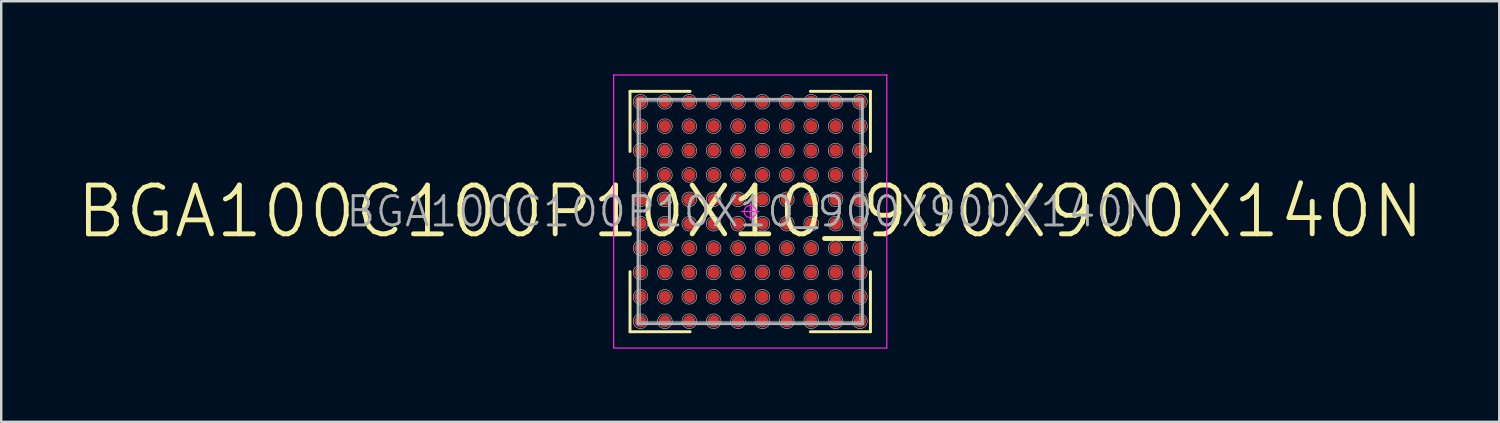
<source format=kicad_pcb>
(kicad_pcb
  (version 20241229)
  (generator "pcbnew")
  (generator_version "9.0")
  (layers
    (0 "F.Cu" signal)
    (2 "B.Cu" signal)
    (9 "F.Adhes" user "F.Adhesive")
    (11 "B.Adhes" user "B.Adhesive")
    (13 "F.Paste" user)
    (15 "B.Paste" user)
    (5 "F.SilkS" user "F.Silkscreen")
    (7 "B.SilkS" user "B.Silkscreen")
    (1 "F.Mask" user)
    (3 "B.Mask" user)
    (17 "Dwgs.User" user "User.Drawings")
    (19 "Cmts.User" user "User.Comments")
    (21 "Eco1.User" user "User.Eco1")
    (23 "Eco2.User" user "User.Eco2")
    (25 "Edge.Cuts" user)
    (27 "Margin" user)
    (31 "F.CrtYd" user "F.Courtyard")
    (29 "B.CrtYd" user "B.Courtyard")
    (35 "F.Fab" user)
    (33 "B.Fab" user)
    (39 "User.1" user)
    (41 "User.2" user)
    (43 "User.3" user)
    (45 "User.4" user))
  (footprint "BGA100C100P10X10_900X900X140N"
    (layer "F.Cu")
    (at 27.719 5.625)
    (property "Reference" "BGA100C100P10X10_900X900X140N" (at 0 0 0) (layer "F.Fab") (effects (font (size 1.2 1.2) (thickness 0.12))))
    (attr smd)
    (fp_line (start -4.93 -4.93) (end -4.93 -2.465) (stroke (width 0.12) (type solid)) (layer "F.SilkS"))
    (fp_line (start -4.93 4.93) (end -4.93 2.465) (stroke (width 0.12) (type solid)) (layer "F.SilkS"))
    (fp_line (start -2.465 -4.93) (end -4.93 -4.93) (stroke (width 0.12) (type solid)) (layer "F.SilkS"))
    (fp_line (start -2.465 4.93) (end -4.93 4.93) (stroke (width 0.12) (type solid)) (layer "F.SilkS"))
    (fp_line (start 2.465 -4.93) (end 4.93 -4.93) (stroke (width 0.12) (type solid)) (layer "F.SilkS"))
    (fp_line (start 2.465 4.93) (end 4.93 4.93) (stroke (width 0.12) (type solid)) (layer "F.SilkS"))
    (fp_line (start 4.93 -4.93) (end 4.93 -2.465) (stroke (width 0.12) (type solid)) (layer "F.SilkS"))
    (fp_line (start 4.93 4.93) (end 4.93 2.465) (stroke (width 0.12) (type solid)) (layer "F.SilkS"))
    (fp_line (start -4.5 -4.5) (end 4.5 -4.5) (stroke (width 0.025) (type solid)) (layer "Dwgs.User"))
    (fp_line (start -4.5 4.5) (end -4.5 -4.5) (stroke (width 0.025) (type solid)) (layer "Dwgs.User"))
    (fp_line (start 4.5 -4.5) (end 4.5 4.5) (stroke (width 0.025) (type solid)) (layer "Dwgs.User"))
    (fp_line (start 4.5 4.5) (end -4.5 4.5) (stroke (width 0.025) (type solid)) (layer "Dwgs.User"))
    (fp_circle (center -4.5 -4.5) (end -4.5 -4.2) (stroke (width 0.025) (type solid)) (fill no) (layer "Dwgs.User"))
    (fp_circle (center -4.5 -3.5) (end -4.5 -3.2) (stroke (width 0.025) (type solid)) (fill no) (layer "Dwgs.User"))
    (fp_circle (center -4.5 -2.5) (end -4.5 -2.2) (stroke (width 0.025) (type solid)) (fill no) (layer "Dwgs.User"))
    (fp_circle (center -4.5 -1.5) (end -4.5 -1.2) (stroke (width 0.025) (type solid)) (fill no) (layer "Dwgs.User"))
    (fp_circle (center -4.5 -0.5) (end -4.5 -0.2) (stroke (width 0.025) (type solid)) (fill no) (layer "Dwgs.User"))
    (fp_circle (center -4.5 0.5) (end -4.5 0.8) (stroke (width 0.025) (type solid)) (fill no) (layer "Dwgs.User"))
    (fp_circle (center -4.5 1.5) (end -4.5 1.8) (stroke (width 0.025) (type solid)) (fill no) (layer "Dwgs.User"))
    (fp_circle (center -4.5 2.5) (end -4.5 2.8) (stroke (width 0.025) (type solid)) (fill no) (layer "Dwgs.User"))
    (fp_circle (center -4.5 3.5) (end -4.5 3.8) (stroke (width 0.025) (type solid)) (fill no) (layer "Dwgs.User"))
    (fp_circle (center -4.5 4.5) (end -4.5 4.8) (stroke (width 0.025) (type solid)) (fill no) (layer "Dwgs.User"))
    (fp_circle (center -3.5 -4.5) (end -3.5 -4.2) (stroke (width 0.025) (type solid)) (fill no) (layer "Dwgs.User"))
    (fp_circle (center -3.5 -3.5) (end -3.5 -3.2) (stroke (width 0.025) (type solid)) (fill no) (layer "Dwgs.User"))
    (fp_circle (center -3.5 -2.5) (end -3.5 -2.2) (stroke (width 0.025) (type solid)) (fill no) (layer "Dwgs.User"))
    (fp_circle (center -3.5 -1.5) (end -3.5 -1.2) (stroke (width 0.025) (type solid)) (fill no) (layer "Dwgs.User"))
    (fp_circle (center -3.5 -0.5) (end -3.5 -0.2) (stroke (width 0.025) (type solid)) (fill no) (layer "Dwgs.User"))
    (fp_circle (center -3.5 0.5) (end -3.5 0.8) (stroke (width 0.025) (type solid)) (fill no) (layer "Dwgs.User"))
    (fp_circle (center -3.5 1.5) (end -3.5 1.8) (stroke (width 0.025) (type solid)) (fill no) (layer "Dwgs.User"))
    (fp_circle (center -3.5 2.5) (end -3.5 2.8) (stroke (width 0.025) (type solid)) (fill no) (layer "Dwgs.User"))
    (fp_circle (center -3.5 3.5) (end -3.5 3.8) (stroke (width 0.025) (type solid)) (fill no) (layer "Dwgs.User"))
    (fp_circle (center -3.5 4.5) (end -3.5 4.8) (stroke (width 0.025) (type solid)) (fill no) (layer "Dwgs.User"))
    (fp_circle (center -2.5 -4.5) (end -2.5 -4.2) (stroke (width 0.025) (type solid)) (fill no) (layer "Dwgs.User"))
    (fp_circle (center -2.5 -3.5) (end -2.5 -3.2) (stroke (width 0.025) (type solid)) (fill no) (layer "Dwgs.User"))
    (fp_circle (center -2.5 -2.5) (end -2.5 -2.2) (stroke (width 0.025) (type solid)) (fill no) (layer "Dwgs.User"))
    (fp_circle (center -2.5 -1.5) (end -2.5 -1.2) (stroke (width 0.025) (type solid)) (fill no) (layer "Dwgs.User"))
    (fp_circle (center -2.5 -0.5) (end -2.5 -0.2) (stroke (width 0.025) (type solid)) (fill no) (layer "Dwgs.User"))
    (fp_circle (center -2.5 0.5) (end -2.5 0.8) (stroke (width 0.025) (type solid)) (fill no) (layer "Dwgs.User"))
    (fp_circle (center -2.5 1.5) (end -2.5 1.8) (stroke (width 0.025) (type solid)) (fill no) (layer "Dwgs.User"))
    (fp_circle (center -2.5 2.5) (end -2.5 2.8) (stroke (width 0.025) (type solid)) (fill no) (layer "Dwgs.User"))
    (fp_circle (center -2.5 3.5) (end -2.5 3.8) (stroke (width 0.025) (type solid)) (fill no) (layer "Dwgs.User"))
    (fp_circle (center -2.5 4.5) (end -2.5 4.8) (stroke (width 0.025) (type solid)) (fill no) (layer "Dwgs.User"))
    (fp_circle (center -1.5 -4.5) (end -1.5 -4.2) (stroke (width 0.025) (type solid)) (fill no) (layer "Dwgs.User"))
    (fp_circle (center -1.5 -3.5) (end -1.5 -3.2) (stroke (width 0.025) (type solid)) (fill no) (layer "Dwgs.User"))
    (fp_circle (center -1.5 -2.5) (end -1.5 -2.2) (stroke (width 0.025) (type solid)) (fill no) (layer "Dwgs.User"))
    (fp_circle (center -1.5 -1.5) (end -1.5 -1.2) (stroke (width 0.025) (type solid)) (fill no) (layer "Dwgs.User"))
    (fp_circle (center -1.5 -0.5) (end -1.5 -0.2) (stroke (width 0.025) (type solid)) (fill no) (layer "Dwgs.User"))
    (fp_circle (center -1.5 0.5) (end -1.5 0.8) (stroke (width 0.025) (type solid)) (fill no) (layer "Dwgs.User"))
    (fp_circle (center -1.5 1.5) (end -1.5 1.8) (stroke (width 0.025) (type solid)) (fill no) (layer "Dwgs.User"))
    (fp_circle (center -1.5 2.5) (end -1.5 2.8) (stroke (width 0.025) (type solid)) (fill no) (layer "Dwgs.User"))
    (fp_circle (center -1.5 3.5) (end -1.5 3.8) (stroke (width 0.025) (type solid)) (fill no) (layer "Dwgs.User"))
    (fp_circle (center -1.5 4.5) (end -1.5 4.8) (stroke (width 0.025) (type solid)) (fill no) (layer "Dwgs.User"))
    (fp_circle (center -0.5 -4.5) (end -0.5 -4.2) (stroke (width 0.025) (type solid)) (fill no) (layer "Dwgs.User"))
    (fp_circle (center -0.5 -3.5) (end -0.5 -3.2) (stroke (width 0.025) (type solid)) (fill no) (layer "Dwgs.User"))
    (fp_circle (center -0.5 -2.5) (end -0.5 -2.2) (stroke (width 0.025) (type solid)) (fill no) (layer "Dwgs.User"))
    (fp_circle (center -0.5 -1.5) (end -0.5 -1.2) (stroke (width 0.025) (type solid)) (fill no) (layer "Dwgs.User"))
    (fp_circle (center -0.5 -0.5) (end -0.5 -0.2) (stroke (width 0.025) (type solid)) (fill no) (layer "Dwgs.User"))
    (fp_circle (center -0.5 0.5) (end -0.5 0.8) (stroke (width 0.025) (type solid)) (fill no) (layer "Dwgs.User"))
    (fp_circle (center -0.5 1.5) (end -0.5 1.8) (stroke (width 0.025) (type solid)) (fill no) (layer "Dwgs.User"))
    (fp_circle (center -0.5 2.5) (end -0.5 2.8) (stroke (width 0.025) (type solid)) (fill no) (layer "Dwgs.User"))
    (fp_circle (center -0.5 3.5) (end -0.5 3.8) (stroke (width 0.025) (type solid)) (fill no) (layer "Dwgs.User"))
    (fp_circle (center -0.5 4.5) (end -0.5 4.8) (stroke (width 0.025) (type solid)) (fill no) (layer "Dwgs.User"))
    (fp_circle (center 0.5 -4.5) (end 0.5 -4.2) (stroke (width 0.025) (type solid)) (fill no) (layer "Dwgs.User"))
    (fp_circle (center 0.5 -3.5) (end 0.5 -3.2) (stroke (width 0.025) (type solid)) (fill no) (layer "Dwgs.User"))
    (fp_circle (center 0.5 -2.5) (end 0.5 -2.2) (stroke (width 0.025) (type solid)) (fill no) (layer "Dwgs.User"))
    (fp_circle (center 0.5 -1.5) (end 0.5 -1.2) (stroke (width 0.025) (type solid)) (fill no) (layer "Dwgs.User"))
    (fp_circle (center 0.5 -0.5) (end 0.5 -0.2) (stroke (width 0.025) (type solid)) (fill no) (layer "Dwgs.User"))
    (fp_circle (center 0.5 0.5) (end 0.5 0.8) (stroke (width 0.025) (type solid)) (fill no) (layer "Dwgs.User"))
    (fp_circle (center 0.5 1.5) (end 0.5 1.8) (stroke (width 0.025) (type solid)) (fill no) (layer "Dwgs.User"))
    (fp_circle (center 0.5 2.5) (end 0.5 2.8) (stroke (width 0.025) (type solid)) (fill no) (layer "Dwgs.User"))
    (fp_circle (center 0.5 3.5) (end 0.5 3.8) (stroke (width 0.025) (type solid)) (fill no) (layer "Dwgs.User"))
    (fp_circle (center 0.5 4.5) (end 0.5 4.8) (stroke (width 0.025) (type solid)) (fill no) (layer "Dwgs.User"))
    (fp_circle (center 1.5 -4.5) (end 1.5 -4.2) (stroke (width 0.025) (type solid)) (fill no) (layer "Dwgs.User"))
    (fp_circle (center 1.5 -3.5) (end 1.5 -3.2) (stroke (width 0.025) (type solid)) (fill no) (layer "Dwgs.User"))
    (fp_circle (center 1.5 -2.5) (end 1.5 -2.2) (stroke (width 0.025) (type solid)) (fill no) (layer "Dwgs.User"))
    (fp_circle (center 1.5 -1.5) (end 1.5 -1.2) (stroke (width 0.025) (type solid)) (fill no) (layer "Dwgs.User"))
    (fp_circle (center 1.5 -0.5) (end 1.5 -0.2) (stroke (width 0.025) (type solid)) (fill no) (layer "Dwgs.User"))
    (fp_circle (center 1.5 0.5) (end 1.5 0.8) (stroke (width 0.025) (type solid)) (fill no) (layer "Dwgs.User"))
    (fp_circle (center 1.5 1.5) (end 1.5 1.8) (stroke (width 0.025) (type solid)) (fill no) (layer "Dwgs.User"))
    (fp_circle (center 1.5 2.5) (end 1.5 2.8) (stroke (width 0.025) (type solid)) (fill no) (layer "Dwgs.User"))
    (fp_circle (center 1.5 3.5) (end 1.5 3.8) (stroke (width 0.025) (type solid)) (fill no) (layer "Dwgs.User"))
    (fp_circle (center 1.5 4.5) (end 1.5 4.8) (stroke (width 0.025) (type solid)) (fill no) (layer "Dwgs.User"))
    (fp_circle (center 2.5 -4.5) (end 2.5 -4.2) (stroke (width 0.025) (type solid)) (fill no) (layer "Dwgs.User"))
    (fp_circle (center 2.5 -3.5) (end 2.5 -3.2) (stroke (width 0.025) (type solid)) (fill no) (layer "Dwgs.User"))
    (fp_circle (center 2.5 -2.5) (end 2.5 -2.2) (stroke (width 0.025) (type solid)) (fill no) (layer "Dwgs.User"))
    (fp_circle (center 2.5 -1.5) (end 2.5 -1.2) (stroke (width 0.025) (type solid)) (fill no) (layer "Dwgs.User"))
    (fp_circle (center 2.5 -0.5) (end 2.5 -0.2) (stroke (width 0.025) (type solid)) (fill no) (layer "Dwgs.User"))
    (fp_circle (center 2.5 0.5) (end 2.5 0.8) (stroke (width 0.025) (type solid)) (fill no) (layer "Dwgs.User"))
    (fp_circle (center 2.5 1.5) (end 2.5 1.8) (stroke (width 0.025) (type solid)) (fill no) (layer "Dwgs.User"))
    (fp_circle (center 2.5 2.5) (end 2.5 2.8) (stroke (width 0.025) (type solid)) (fill no) (layer "Dwgs.User"))
    (fp_circle (center 2.5 3.5) (end 2.5 3.8) (stroke (width 0.025) (type solid)) (fill no) (layer "Dwgs.User"))
    (fp_circle (center 2.5 4.5) (end 2.5 4.8) (stroke (width 0.025) (type solid)) (fill no) (layer "Dwgs.User"))
    (fp_circle (center 3.5 -4.5) (end 3.5 -4.2) (stroke (width 0.025) (type solid)) (fill no) (layer "Dwgs.User"))
    (fp_circle (center 3.5 -3.5) (end 3.5 -3.2) (stroke (width 0.025) (type solid)) (fill no) (layer "Dwgs.User"))
    (fp_circle (center 3.5 -2.5) (end 3.5 -2.2) (stroke (width 0.025) (type solid)) (fill no) (layer "Dwgs.User"))
    (fp_circle (center 3.5 -1.5) (end 3.5 -1.2) (stroke (width 0.025) (type solid)) (fill no) (layer "Dwgs.User"))
    (fp_circle (center 3.5 -0.5) (end 3.5 -0.2) (stroke (width 0.025) (type solid)) (fill no) (layer "Dwgs.User"))
    (fp_circle (center 3.5 0.5) (end 3.5 0.8) (stroke (width 0.025) (type solid)) (fill no) (layer "Dwgs.User"))
    (fp_circle (center 3.5 1.5) (end 3.5 1.8) (stroke (width 0.025) (type solid)) (fill no) (layer "Dwgs.User"))
    (fp_circle (center 3.5 2.5) (end 3.5 2.8) (stroke (width 0.025) (type solid)) (fill no) (layer "Dwgs.User"))
    (fp_circle (center 3.5 3.5) (end 3.5 3.8) (stroke (width 0.025) (type solid)) (fill no) (layer "Dwgs.User"))
    (fp_circle (center 3.5 4.5) (end 3.5 4.8) (stroke (width 0.025) (type solid)) (fill no) (layer "Dwgs.User"))
    (fp_circle (center 4.5 -4.5) (end 4.5 -4.2) (stroke (width 0.025) (type solid)) (fill no) (layer "Dwgs.User"))
    (fp_circle (center 4.5 -3.5) (end 4.5 -3.2) (stroke (width 0.025) (type solid)) (fill no) (layer "Dwgs.User"))
    (fp_circle (center 4.5 -2.5) (end 4.5 -2.2) (stroke (width 0.025) (type solid)) (fill no) (layer "Dwgs.User"))
    (fp_circle (center 4.5 -1.5) (end 4.5 -1.2) (stroke (width 0.025) (type solid)) (fill no) (layer "Dwgs.User"))
    (fp_circle (center 4.5 -0.5) (end 4.5 -0.2) (stroke (width 0.025) (type solid)) (fill no) (layer "Dwgs.User"))
    (fp_circle (center 4.5 0.5) (end 4.5 0.8) (stroke (width 0.025) (type solid)) (fill no) (layer "Dwgs.User"))
    (fp_circle (center 4.5 1.5) (end 4.5 1.8) (stroke (width 0.025) (type solid)) (fill no) (layer "Dwgs.User"))
    (fp_circle (center 4.5 2.5) (end 4.5 2.8) (stroke (width 0.025) (type solid)) (fill no) (layer "Dwgs.User"))
    (fp_circle (center 4.5 3.5) (end 4.5 3.8) (stroke (width 0.025) (type solid)) (fill no) (layer "Dwgs.User"))
    (fp_circle (center 4.5 4.5) (end 4.5 4.8) (stroke (width 0.025) (type solid)) (fill no) (layer "Dwgs.User"))
    (fp_line (start -5.6 -5.6) (end 5.6 -5.6) (stroke (width 0.05) (type solid)) (layer "F.CrtYd"))
    (fp_line (start -5.6 5.6) (end -5.6 -5.6) (stroke (width 0.05) (type solid)) (layer "F.CrtYd"))
    (fp_line (start -0.35 0) (end 0.35 0) (stroke (width 0.05) (type solid)) (layer "F.CrtYd"))
    (fp_line (start 0 -0.35) (end 0 0.35) (stroke (width 0.05) (type solid)) (layer "F.CrtYd"))
    (fp_line (start 5.6 -5.6) (end 5.6 5.6) (stroke (width 0.05) (type solid)) (layer "F.CrtYd"))
    (fp_line (start 5.6 5.6) (end -5.6 5.6) (stroke (width 0.05) (type solid)) (layer "F.CrtYd"))
    (fp_circle (center 0 0) (end 0 0.25) (stroke (width 0.05) (type solid)) (fill no) (layer "F.CrtYd"))
    (fp_line (start -4.6 -4.6) (end 4.6 -4.6) (stroke (width 0.12) (type solid)) (layer "F.Fab"))
    (fp_line (start -4.6 4.6) (end -4.6 -4.6) (stroke (width 0.12) (type solid)) (layer "F.Fab"))
    (fp_line (start 4.6 -4.6) (end 4.6 4.6) (stroke (width 0.12) (type solid)) (layer "F.Fab"))
    (fp_line (start 4.6 4.6) (end -4.6 4.6) (stroke (width 0.12) (type solid)) (layer "F.Fab"))
    (fp_text user "${REFERENCE}" (at 0 0 0) (layer "F.SilkS") (effects (font (size 2 2) (thickness 0.2))))
    (pad "A1" smd circle (at -4.5 4.5) (size 0.5 0.5) (layers "F.Cu" "F.Mask" "F.Paste"))
    (pad "A2" smd circle (at -3.5 4.5) (size 0.5 0.5) (layers "F.Cu" "F.Mask" "F.Paste"))
    (pad "A3" smd circle (at -2.5 4.5) (size 0.5 0.5) (layers "F.Cu" "F.Mask" "F.Paste"))
    (pad "A4" smd circle (at -1.5 4.5) (size 0.5 0.5) (layers "F.Cu" "F.Mask" "F.Paste"))
    (pad "A5" smd circle (at -0.5 4.5) (size 0.5 0.5) (layers "F.Cu" "F.Mask" "F.Paste"))
    (pad "A6" smd circle (at 0.5 4.5) (size 0.5 0.5) (layers "F.Cu" "F.Mask" "F.Paste"))
    (pad "A7" smd circle (at 1.5 4.5) (size 0.5 0.5) (layers "F.Cu" "F.Mask" "F.Paste"))
    (pad "A8" smd circle (at 2.5 4.5) (size 0.5 0.5) (layers "F.Cu" "F.Mask" "F.Paste"))
    (pad "A9" smd circle (at 3.5 4.5) (size 0.5 0.5) (layers "F.Cu" "F.Mask" "F.Paste"))
    (pad "A10" smd circle (at 4.5 4.5) (size 0.5 0.5) (layers "F.Cu" "F.Mask" "F.Paste"))
    (pad "B1" smd circle (at -4.5 3.5) (size 0.5 0.5) (layers "F.Cu" "F.Mask" "F.Paste"))
    (pad "B2" smd circle (at -3.5 3.5) (size 0.5 0.5) (layers "F.Cu" "F.Mask" "F.Paste"))
    (pad "B3" smd circle (at -2.5 3.5) (size 0.5 0.5) (layers "F.Cu" "F.Mask" "F.Paste"))
    (pad "B4" smd circle (at -1.5 3.5) (size 0.5 0.5) (layers "F.Cu" "F.Mask" "F.Paste"))
    (pad "B5" smd circle (at -0.5 3.5) (size 0.5 0.5) (layers "F.Cu" "F.Mask" "F.Paste"))
    (pad "B6" smd circle (at 0.5 3.5) (size 0.5 0.5) (layers "F.Cu" "F.Mask" "F.Paste"))
    (pad "B7" smd circle (at 1.5 3.5) (size 0.5 0.5) (layers "F.Cu" "F.Mask" "F.Paste"))
    (pad "B8" smd circle (at 2.5 3.5) (size 0.5 0.5) (layers "F.Cu" "F.Mask" "F.Paste"))
    (pad "B9" smd circle (at 3.5 3.5) (size 0.5 0.5) (layers "F.Cu" "F.Mask" "F.Paste"))
    (pad "B10" smd circle (at 4.5 3.5) (size 0.5 0.5) (layers "F.Cu" "F.Mask" "F.Paste"))
    (pad "C1" smd circle (at -4.5 2.5) (size 0.5 0.5) (layers "F.Cu" "F.Mask" "F.Paste"))
    (pad "C2" smd circle (at -3.5 2.5) (size 0.5 0.5) (layers "F.Cu" "F.Mask" "F.Paste"))
    (pad "C3" smd circle (at -2.5 2.5) (size 0.5 0.5) (layers "F.Cu" "F.Mask" "F.Paste"))
    (pad "C4" smd circle (at -1.5 2.5) (size 0.5 0.5) (layers "F.Cu" "F.Mask" "F.Paste"))
    (pad "C5" smd circle (at -0.5 2.5) (size 0.5 0.5) (layers "F.Cu" "F.Mask" "F.Paste"))
    (pad "C6" smd circle (at 0.5 2.5) (size 0.5 0.5) (layers "F.Cu" "F.Mask" "F.Paste"))
    (pad "C7" smd circle (at 1.5 2.5) (size 0.5 0.5) (layers "F.Cu" "F.Mask" "F.Paste"))
    (pad "C8" smd circle (at 2.5 2.5) (size 0.5 0.5) (layers "F.Cu" "F.Mask" "F.Paste"))
    (pad "C9" smd circle (at 3.5 2.5) (size 0.5 0.5) (layers "F.Cu" "F.Mask" "F.Paste"))
    (pad "C10" smd circle (at 4.5 2.5) (size 0.5 0.5) (layers "F.Cu" "F.Mask" "F.Paste"))
    (pad "D1" smd circle (at -4.5 1.5) (size 0.5 0.5) (layers "F.Cu" "F.Mask" "F.Paste"))
    (pad "D2" smd circle (at -3.5 1.5) (size 0.5 0.5) (layers "F.Cu" "F.Mask" "F.Paste"))
    (pad "D3" smd circle (at -2.5 1.5) (size 0.5 0.5) (layers "F.Cu" "F.Mask" "F.Paste"))
    (pad "D4" smd circle (at -1.5 1.5) (size 0.5 0.5) (layers "F.Cu" "F.Mask" "F.Paste"))
    (pad "D5" smd circle (at -0.5 1.5) (size 0.5 0.5) (layers "F.Cu" "F.Mask" "F.Paste"))
    (pad "D6" smd circle (at 0.5 1.5) (size 0.5 0.5) (layers "F.Cu" "F.Mask" "F.Paste"))
    (pad "D7" smd circle (at 1.5 1.5) (size 0.5 0.5) (layers "F.Cu" "F.Mask" "F.Paste"))
    (pad "D8" smd circle (at 2.5 1.5) (size 0.5 0.5) (layers "F.Cu" "F.Mask" "F.Paste"))
    (pad "D9" smd circle (at 3.5 1.5) (size 0.5 0.5) (layers "F.Cu" "F.Mask" "F.Paste"))
    (pad "D10" smd circle (at 4.5 1.5) (size 0.5 0.5) (layers "F.Cu" "F.Mask" "F.Paste"))
    (pad "E1" smd circle (at -4.5 0.5) (size 0.5 0.5) (layers "F.Cu" "F.Mask" "F.Paste"))
    (pad "E2" smd circle (at -3.5 0.5) (size 0.5 0.5) (layers "F.Cu" "F.Mask" "F.Paste"))
    (pad "E3" smd circle (at -2.5 0.5) (size 0.5 0.5) (layers "F.Cu" "F.Mask" "F.Paste"))
    (pad "E4" smd circle (at -1.5 0.5) (size 0.5 0.5) (layers "F.Cu" "F.Mask" "F.Paste"))
    (pad "E5" smd circle (at -0.5 0.5) (size 0.5 0.5) (layers "F.Cu" "F.Mask" "F.Paste"))
    (pad "E6" smd circle (at 0.5 0.5) (size 0.5 0.5) (layers "F.Cu" "F.Mask" "F.Paste"))
    (pad "E7" smd circle (at 1.5 0.5) (size 0.5 0.5) (layers "F.Cu" "F.Mask" "F.Paste"))
    (pad "E8" smd circle (at 2.5 0.5) (size 0.5 0.5) (layers "F.Cu" "F.Mask" "F.Paste"))
    (pad "E9" smd circle (at 3.5 0.5) (size 0.5 0.5) (layers "F.Cu" "F.Mask" "F.Paste"))
    (pad "E10" smd circle (at 4.5 0.5) (size 0.5 0.5) (layers "F.Cu" "F.Mask" "F.Paste"))
    (pad "F1" smd circle (at -4.5 -0.5) (size 0.5 0.5) (layers "F.Cu" "F.Mask" "F.Paste"))
    (pad "F2" smd circle (at -3.5 -0.5) (size 0.5 0.5) (layers "F.Cu" "F.Mask" "F.Paste"))
    (pad "F3" smd circle (at -2.5 -0.5) (size 0.5 0.5) (layers "F.Cu" "F.Mask" "F.Paste"))
    (pad "F4" smd circle (at -1.5 -0.5) (size 0.5 0.5) (layers "F.Cu" "F.Mask" "F.Paste"))
    (pad "F5" smd circle (at -0.5 -0.5) (size 0.5 0.5) (layers "F.Cu" "F.Mask" "F.Paste"))
    (pad "F6" smd circle (at 0.5 -0.5) (size 0.5 0.5) (layers "F.Cu" "F.Mask" "F.Paste"))
    (pad "F7" smd circle (at 1.5 -0.5) (size 0.5 0.5) (layers "F.Cu" "F.Mask" "F.Paste"))
    (pad "F8" smd circle (at 2.5 -0.5) (size 0.5 0.5) (layers "F.Cu" "F.Mask" "F.Paste"))
    (pad "F9" smd circle (at 3.5 -0.5) (size 0.5 0.5) (layers "F.Cu" "F.Mask" "F.Paste"))
    (pad "F10" smd circle (at 4.5 -0.5) (size 0.5 0.5) (layers "F.Cu" "F.Mask" "F.Paste"))
    (pad "G1" smd circle (at -4.5 -1.5) (size 0.5 0.5) (layers "F.Cu" "F.Mask" "F.Paste"))
    (pad "G2" smd circle (at -3.5 -1.5) (size 0.5 0.5) (layers "F.Cu" "F.Mask" "F.Paste"))
    (pad "G3" smd circle (at -2.5 -1.5) (size 0.5 0.5) (layers "F.Cu" "F.Mask" "F.Paste"))
    (pad "G4" smd circle (at -1.5 -1.5) (size 0.5 0.5) (layers "F.Cu" "F.Mask" "F.Paste"))
    (pad "G5" smd circle (at -0.5 -1.5) (size 0.5 0.5) (layers "F.Cu" "F.Mask" "F.Paste"))
    (pad "G6" smd circle (at 0.5 -1.5) (size 0.5 0.5) (layers "F.Cu" "F.Mask" "F.Paste"))
    (pad "G7" smd circle (at 1.5 -1.5) (size 0.5 0.5) (layers "F.Cu" "F.Mask" "F.Paste"))
    (pad "G8" smd circle (at 2.5 -1.5) (size 0.5 0.5) (layers "F.Cu" "F.Mask" "F.Paste"))
    (pad "G9" smd circle (at 3.5 -1.5) (size 0.5 0.5) (layers "F.Cu" "F.Mask" "F.Paste"))
    (pad "G10" smd circle (at 4.5 -1.5) (size 0.5 0.5) (layers "F.Cu" "F.Mask" "F.Paste"))
    (pad "H1" smd circle (at -4.5 -2.5) (size 0.5 0.5) (layers "F.Cu" "F.Mask" "F.Paste"))
    (pad "H2" smd circle (at -3.5 -2.5) (size 0.5 0.5) (layers "F.Cu" "F.Mask" "F.Paste"))
    (pad "H3" smd circle (at -2.5 -2.5) (size 0.5 0.5) (layers "F.Cu" "F.Mask" "F.Paste"))
    (pad "H4" smd circle (at -1.5 -2.5) (size 0.5 0.5) (layers "F.Cu" "F.Mask" "F.Paste"))
    (pad "H5" smd circle (at -0.5 -2.5) (size 0.5 0.5) (layers "F.Cu" "F.Mask" "F.Paste"))
    (pad "H6" smd circle (at 0.5 -2.5) (size 0.5 0.5) (layers "F.Cu" "F.Mask" "F.Paste"))
    (pad "H7" smd circle (at 1.5 -2.5) (size 0.5 0.5) (layers "F.Cu" "F.Mask" "F.Paste"))
    (pad "H8" smd circle (at 2.5 -2.5) (size 0.5 0.5) (layers "F.Cu" "F.Mask" "F.Paste"))
    (pad "H9" smd circle (at 3.5 -2.5) (size 0.5 0.5) (layers "F.Cu" "F.Mask" "F.Paste"))
    (pad "H10" smd circle (at 4.5 -2.5) (size 0.5 0.5) (layers "F.Cu" "F.Mask" "F.Paste"))
    (pad "J1" smd circle (at -4.5 -3.5) (size 0.5 0.5) (layers "F.Cu" "F.Mask" "F.Paste"))
    (pad "J2" smd circle (at -3.5 -3.5) (size 0.5 0.5) (layers "F.Cu" "F.Mask" "F.Paste"))
    (pad "J3" smd circle (at -2.5 -3.5) (size 0.5 0.5) (layers "F.Cu" "F.Mask" "F.Paste"))
    (pad "J4" smd circle (at -1.5 -3.5) (size 0.5 0.5) (layers "F.Cu" "F.Mask" "F.Paste"))
    (pad "J5" smd circle (at -0.5 -3.5) (size 0.5 0.5) (layers "F.Cu" "F.Mask" "F.Paste"))
    (pad "J6" smd circle (at 0.5 -3.5) (size 0.5 0.5) (layers "F.Cu" "F.Mask" "F.Paste"))
    (pad "J7" smd circle (at 1.5 -3.5) (size 0.5 0.5) (layers "F.Cu" "F.Mask" "F.Paste"))
    (pad "J8" smd circle (at 2.5 -3.5) (size 0.5 0.5) (layers "F.Cu" "F.Mask" "F.Paste"))
    (pad "J9" smd circle (at 3.5 -3.5) (size 0.5 0.5) (layers "F.Cu" "F.Mask" "F.Paste"))
    (pad "J10" smd circle (at 4.5 -3.5) (size 0.5 0.5) (layers "F.Cu" "F.Mask" "F.Paste"))
    (pad "K1" smd circle (at -4.5 -4.5) (size 0.5 0.5) (layers "F.Cu" "F.Mask" "F.Paste"))
    (pad "K2" smd circle (at -3.5 -4.5) (size 0.5 0.5) (layers "F.Cu" "F.Mask" "F.Paste"))
    (pad "K3" smd circle (at -2.5 -4.5) (size 0.5 0.5) (layers "F.Cu" "F.Mask" "F.Paste"))
    (pad "K4" smd circle (at -1.5 -4.5) (size 0.5 0.5) (layers "F.Cu" "F.Mask" "F.Paste"))
    (pad "K5" smd circle (at -0.5 -4.5) (size 0.5 0.5) (layers "F.Cu" "F.Mask" "F.Paste"))
    (pad "K6" smd circle (at 0.5 -4.5) (size 0.5 0.5) (layers "F.Cu" "F.Mask" "F.Paste"))
    (pad "K7" smd circle (at 1.5 -4.5) (size 0.5 0.5) (layers "F.Cu" "F.Mask" "F.Paste"))
    (pad "K8" smd circle (at 2.5 -4.5) (size 0.5 0.5) (layers "F.Cu" "F.Mask" "F.Paste"))
    (pad "K9" smd circle (at 3.5 -4.5) (size 0.5 0.5) (layers "F.Cu" "F.Mask" "F.Paste"))
    (pad "K10" smd circle (at 4.5 -4.5) (size 0.5 0.5) (layers "F.Cu" "F.Mask" "F.Paste")))
  (gr_rect
    (start -3 -3)
    (end 58.438 14.25)
    (stroke (width 0.1) (type default))
    (fill no)
    (layer "Edge.Cuts")))
</source>
